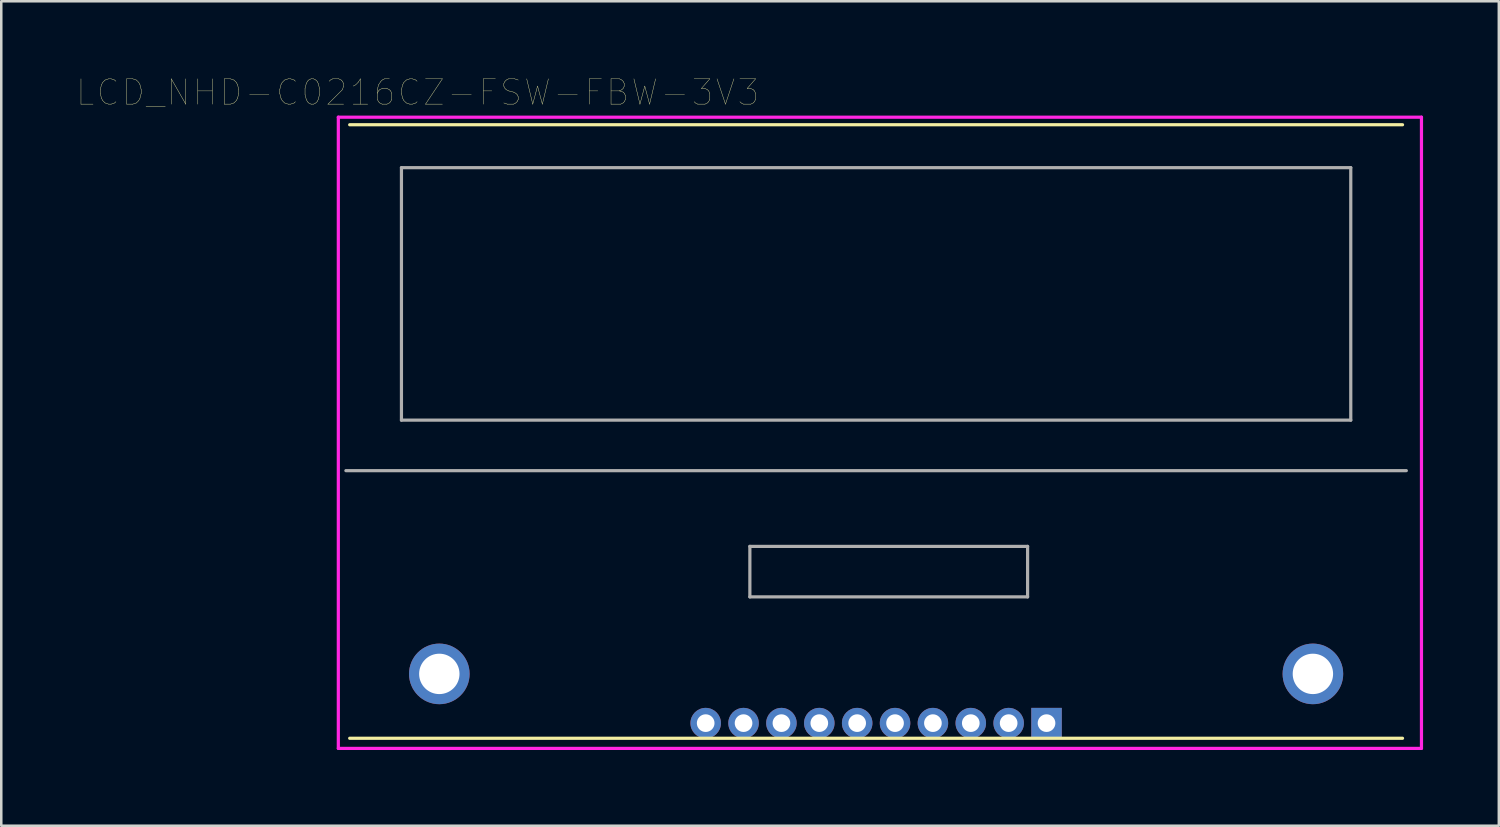
<source format=kicad_pcb>
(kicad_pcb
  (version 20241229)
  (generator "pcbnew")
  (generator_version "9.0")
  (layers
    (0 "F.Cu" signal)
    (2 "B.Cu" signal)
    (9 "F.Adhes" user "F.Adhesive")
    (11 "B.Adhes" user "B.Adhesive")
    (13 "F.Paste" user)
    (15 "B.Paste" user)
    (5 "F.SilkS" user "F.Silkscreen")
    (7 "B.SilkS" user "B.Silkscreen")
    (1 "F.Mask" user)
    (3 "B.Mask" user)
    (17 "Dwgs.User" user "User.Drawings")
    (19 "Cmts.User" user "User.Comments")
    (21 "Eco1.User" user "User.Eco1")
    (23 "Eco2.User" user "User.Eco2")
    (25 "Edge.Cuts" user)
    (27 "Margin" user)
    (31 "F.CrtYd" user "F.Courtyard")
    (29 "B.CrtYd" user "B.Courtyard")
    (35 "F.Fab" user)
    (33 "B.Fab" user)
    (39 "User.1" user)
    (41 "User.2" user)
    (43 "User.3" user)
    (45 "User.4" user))
  (footprint "LCD_NHD-C0216CZ-FSW-FBW-3V3"
    (layer "F.Cu")
    (at 31.65 25.591)
    (property "Reference" "LCD_NHD-C0216CZ-FSW-FBW-3V3" (at -18.157 -24.979 0) (layer "F.SilkS") (effects (font (size 1.002 1.002) (thickness 0.015))))
    (attr through_hole)
    (fp_line (start -20.85 -23.7) (end 20.85 -23.7) (stroke (width 0.127) (type solid)) (layer "F.SilkS"))
    (fp_line (start -20.85 0.6) (end 20.85 0.6) (stroke (width 0.127) (type solid)) (layer "F.SilkS"))
    (fp_line (start -21.3 -24) (end 21.6 -24) (stroke (width 0.127) (type solid)) (layer "F.CrtYd"))
    (fp_line (start -21.3 1) (end -21.3 -24) (stroke (width 0.127) (type solid)) (layer "F.CrtYd"))
    (fp_line (start 21.6 -24) (end 21.6 1) (stroke (width 0.127) (type solid)) (layer "F.CrtYd"))
    (fp_line (start 21.6 1) (end -21.3 1) (stroke (width 0.127) (type solid)) (layer "F.CrtYd"))
    (fp_line (start -21 -10) (end 21 -10) (stroke (width 0.127) (type solid)) (layer "F.Fab"))
    (fp_line (start -18.8 -22) (end -18.8 -12) (stroke (width 0.127) (type solid)) (layer "F.Fab"))
    (fp_line (start -18.8 -12) (end 18.8 -12) (stroke (width 0.127) (type solid)) (layer "F.Fab"))
    (fp_line (start -5 -7) (end -5 -5) (stroke (width 0.127) (type solid)) (layer "F.Fab"))
    (fp_line (start -5 -5) (end 6 -5) (stroke (width 0.127) (type solid)) (layer "F.Fab"))
    (fp_line (start 6 -7) (end -5 -7) (stroke (width 0.127) (type solid)) (layer "F.Fab"))
    (fp_line (start 6 -5) (end 6 -7) (stroke (width 0.127) (type solid)) (layer "F.Fab"))
    (fp_line (start 18.8 -22) (end -18.8 -22) (stroke (width 0.127) (type solid)) (layer "F.Fab"))
    (fp_line (start 18.8 -12) (end 18.8 -22) (stroke (width 0.127) (type solid)) (layer "F.Fab"))
    (pad "1" thru_hole rect (at 6.75 0) (size 1.208 1.208) (drill 0.7) (layers "*.Cu" "*.Mask"))
    (pad "2" thru_hole circle (at 5.25 0) (size 1.208 1.208) (drill 0.7) (layers "*.Cu" "*.Mask"))
    (pad "3" thru_hole circle (at 3.75 0) (size 1.208 1.208) (drill 0.7) (layers "*.Cu" "*.Mask"))
    (pad "4" thru_hole circle (at 2.25 0) (size 1.208 1.208) (drill 0.7) (layers "*.Cu" "*.Mask"))
    (pad "5" thru_hole circle (at 0.75 0) (size 1.208 1.208) (drill 0.7) (layers "*.Cu" "*.Mask"))
    (pad "6" thru_hole circle (at -0.75 0) (size 1.208 1.208) (drill 0.7) (layers "*.Cu" "*.Mask"))
    (pad "7" thru_hole circle (at -2.25 0) (size 1.208 1.208) (drill 0.7) (layers "*.Cu" "*.Mask"))
    (pad "8" thru_hole circle (at -3.75 0) (size 1.208 1.208) (drill 0.7) (layers "*.Cu" "*.Mask"))
    (pad "9" thru_hole circle (at -5.25 0) (size 1.208 1.208) (drill 0.7) (layers "*.Cu" "*.Mask"))
    (pad "10" thru_hole circle (at -6.75 0) (size 1.208 1.208) (drill 0.7) (layers "*.Cu" "*.Mask"))
    (pad "A" thru_hole circle (at -17.3 -1.95) (size 2.4 2.4) (drill 1.6) (layers "*.Cu" "*.Mask"))
    (pad "K" thru_hole circle (at 17.3 -1.95) (size 2.4 2.4) (drill 1.6) (layers "*.Cu" "*.Mask")))
  (gr_rect
    (start -3 -3)
    (end 56.314 29.655)
    (stroke (width 0.1) (type default))
    (fill no)
    (layer "Edge.Cuts")))
</source>
